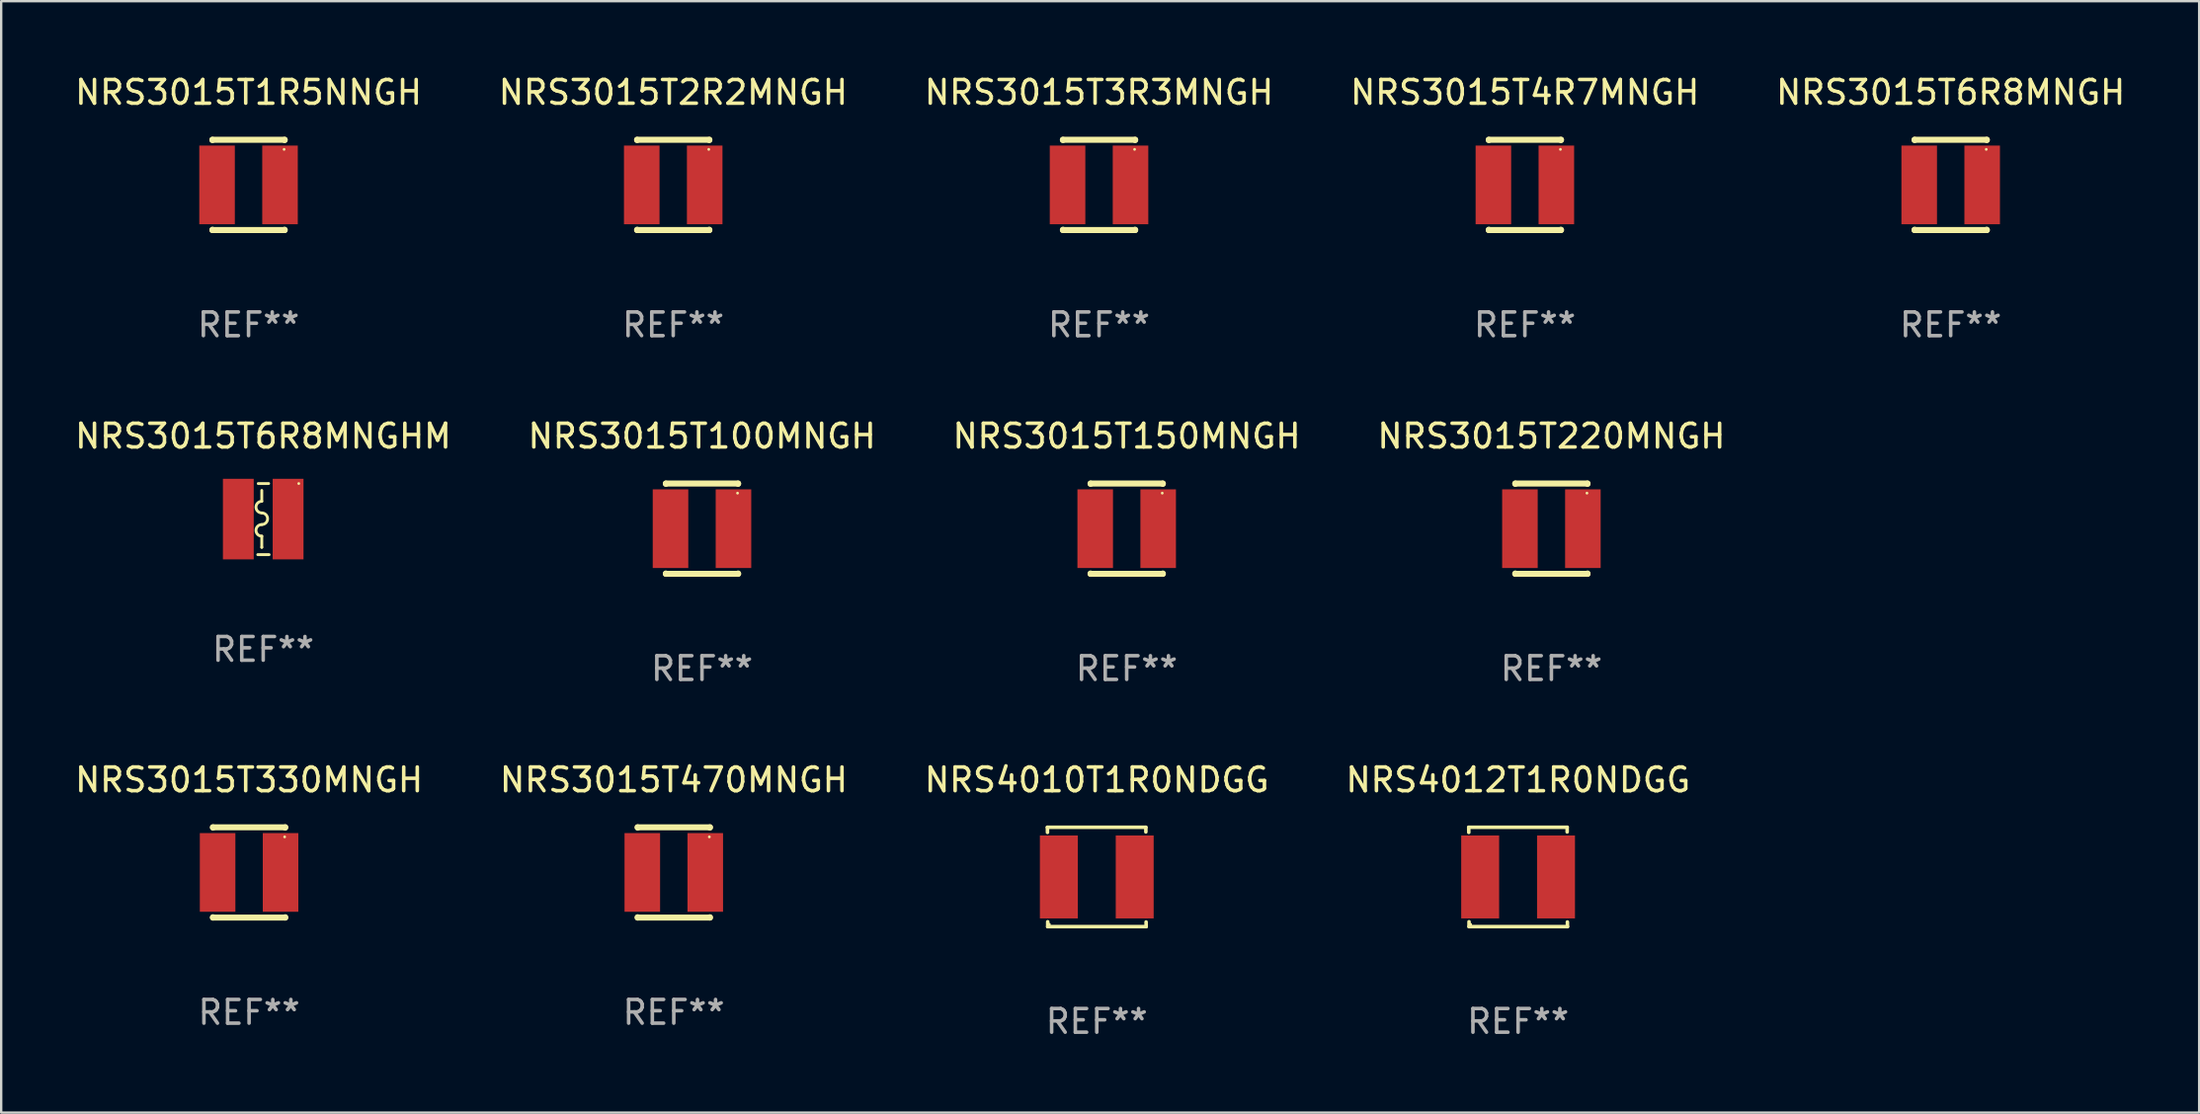
<source format=kicad_pcb>
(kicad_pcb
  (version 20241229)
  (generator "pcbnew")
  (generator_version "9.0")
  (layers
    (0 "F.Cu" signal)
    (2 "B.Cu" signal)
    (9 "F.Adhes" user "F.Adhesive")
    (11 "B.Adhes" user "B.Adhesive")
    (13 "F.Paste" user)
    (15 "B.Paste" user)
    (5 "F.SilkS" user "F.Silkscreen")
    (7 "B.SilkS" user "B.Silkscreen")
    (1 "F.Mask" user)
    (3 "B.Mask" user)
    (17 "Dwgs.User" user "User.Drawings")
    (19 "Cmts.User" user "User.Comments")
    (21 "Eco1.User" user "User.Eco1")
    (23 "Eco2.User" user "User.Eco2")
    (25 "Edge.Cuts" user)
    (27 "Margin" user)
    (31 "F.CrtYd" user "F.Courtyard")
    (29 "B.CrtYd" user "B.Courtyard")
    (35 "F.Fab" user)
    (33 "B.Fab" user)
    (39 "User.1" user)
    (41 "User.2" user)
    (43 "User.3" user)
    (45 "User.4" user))
  (footprint "NRS3015T1R5NNGH"
    (layer "F.Cu")
    (at 7.435 4.753)
    (property "Reference" "NRS3015T1R5NNGH" (at 0 -3.905 0) (layer "F.SilkS") (effects (font (size 1 1) (thickness 0.15))))
    (attr through_hole)
    (fp_line (start -1.524 -1.905) (end 1.524 -1.905) (stroke (width 0.254) (type solid)) (layer "F.SilkS"))
    (fp_line (start -1.524 -1.891) (end -1.524 -1.905) (stroke (width 0.254) (type solid)) (layer "F.SilkS"))
    (fp_line (start -1.524 1.905) (end -1.524 1.891) (stroke (width 0.254) (type solid)) (layer "F.SilkS"))
    (fp_line (start -1.524 1.905) (end 1.524 1.905) (stroke (width 0.254) (type solid)) (layer "F.SilkS"))
    (fp_line (start 1.524 -1.905) (end 1.524 -1.891) (stroke (width 0.254) (type solid)) (layer "F.SilkS"))
    (fp_line (start 1.524 1.891) (end 1.524 1.905) (stroke (width 0.254) (type solid)) (layer "F.SilkS"))
    (fp_circle (center 1.5 -1.5) (end 1.53 -1.5) (stroke (width 0.06) (type solid)) (fill no) (layer "F.SilkS"))
    (fp_text user "REF**" (at 0 5.905 0) (layer "F.Fab") (effects (font (size 1 1) (thickness 0.15))))
    (pad "1" smd rect (at 1.328 0) (size 1.5 3.32) (layers "F.Cu" "F.Mask" "F.Paste"))
    (pad "2" smd rect (at -1.328 0) (size 1.5 3.32) (layers "F.Cu" "F.Mask" "F.Paste")))
  (footprint "NRS3015T3R3MNGH"
    (layer "F.Cu")
    (at 43.315 4.753)
    (property "Reference" "NRS3015T3R3MNGH" (at 0 -3.905 0) (layer "F.SilkS") (effects (font (size 1 1) (thickness 0.15))))
    (attr through_hole)
    (fp_line (start -1.524 -1.905) (end 1.524 -1.905) (stroke (width 0.254) (type solid)) (layer "F.SilkS"))
    (fp_line (start -1.524 -1.891) (end -1.524 -1.905) (stroke (width 0.254) (type solid)) (layer "F.SilkS"))
    (fp_line (start -1.524 1.905) (end -1.524 1.891) (stroke (width 0.254) (type solid)) (layer "F.SilkS"))
    (fp_line (start -1.524 1.905) (end 1.524 1.905) (stroke (width 0.254) (type solid)) (layer "F.SilkS"))
    (fp_line (start 1.524 -1.905) (end 1.524 -1.891) (stroke (width 0.254) (type solid)) (layer "F.SilkS"))
    (fp_line (start 1.524 1.891) (end 1.524 1.905) (stroke (width 0.254) (type solid)) (layer "F.SilkS"))
    (fp_circle (center 1.5 -1.5) (end 1.53 -1.5) (stroke (width 0.06) (type solid)) (fill no) (layer "F.SilkS"))
    (fp_text user "REF**" (at 0 5.905 0) (layer "F.Fab") (effects (font (size 1 1) (thickness 0.15))))
    (pad "1" smd rect (at 1.328 0) (size 1.5 3.32) (layers "F.Cu" "F.Mask" "F.Paste"))
    (pad "2" smd rect (at -1.328 0) (size 1.5 3.32) (layers "F.Cu" "F.Mask" "F.Paste")))
  (footprint "NRS4010T1R0NDGG"
    (layer "F.Cu")
    (at 43.22 33.957)
    (property "Reference" "NRS4010T1R0NDGG" (at 0 -4.096 0) (layer "F.SilkS") (effects (font (size 1 1) (thickness 0.15))))
    (attr through_hole)
    (fp_line (start -2.083 -2.096) (end -2.08 -1.88) (stroke (width 0.15) (type solid)) (layer "F.SilkS"))
    (fp_line (start -2.07 1.89) (end -2.07 2.096) (stroke (width 0.15) (type solid)) (layer "F.SilkS"))
    (fp_line (start -2.07 2.096) (end 2.083 2.096) (stroke (width 0.15) (type solid)) (layer "F.SilkS"))
    (fp_line (start 2.07 -1.9) (end 2.07 -2.096) (stroke (width 0.15) (type solid)) (layer "F.SilkS"))
    (fp_line (start 2.07 -2.096) (end -2.083 -2.096) (stroke (width 0.15) (type solid)) (layer "F.SilkS"))
    (fp_line (start 2.083 2.096) (end 2.08 1.9) (stroke (width 0.15) (type solid)) (layer "F.SilkS"))
    (fp_circle (center -2 2) (end -1.97 2) (stroke (width 0.06) (type solid)) (fill no) (layer "F.SilkS"))
    (fp_text user "REF**" (at 0 6.096 0) (layer "F.Fab") (effects (font (size 1 1) (thickness 0.15))))
    (pad "1" smd rect (at -1.6 -0.000343) (size 1.6 3.5) (layers "F.Cu" "F.Mask" "F.Paste"))
    (pad "2" smd rect (at 1.6 -0.000343) (size 1.6 3.5) (layers "F.Cu" "F.Mask" "F.Paste")))
  (footprint "NRS3015T330MNGH"
    (layer "F.Cu")
    (at 7.458 33.766)
    (property "Reference" "NRS3015T330MNGH" (at 0 -3.905 0) (layer "F.SilkS") (effects (font (size 1 1) (thickness 0.15))))
    (attr through_hole)
    (fp_line (start -1.524 -1.905) (end 1.524 -1.905) (stroke (width 0.254) (type solid)) (layer "F.SilkS"))
    (fp_line (start -1.524 -1.891) (end -1.524 -1.905) (stroke (width 0.254) (type solid)) (layer "F.SilkS"))
    (fp_line (start -1.524 1.905) (end -1.524 1.891) (stroke (width 0.254) (type solid)) (layer "F.SilkS"))
    (fp_line (start -1.524 1.905) (end 1.524 1.905) (stroke (width 0.254) (type solid)) (layer "F.SilkS"))
    (fp_line (start 1.524 -1.905) (end 1.524 -1.891) (stroke (width 0.254) (type solid)) (layer "F.SilkS"))
    (fp_line (start 1.524 1.891) (end 1.524 1.905) (stroke (width 0.254) (type solid)) (layer "F.SilkS"))
    (fp_circle (center 1.5 -1.5) (end 1.53 -1.5) (stroke (width 0.06) (type solid)) (fill no) (layer "F.SilkS"))
    (fp_text user "REF**" (at 0 5.905 0) (layer "F.Fab") (effects (font (size 1 1) (thickness 0.15))))
    (pad "1" smd rect (at 1.328 0) (size 1.5 3.32) (layers "F.Cu" "F.Mask" "F.Paste"))
    (pad "2" smd rect (at -1.328 0) (size 1.5 3.32) (layers "F.Cu" "F.Mask" "F.Paste")))
  (footprint "NRS3015T150MNGH"
    (layer "F.Cu")
    (at 44.482 19.26)
    (property "Reference" "NRS3015T150MNGH" (at 0 -3.905 0) (layer "F.SilkS") (effects (font (size 1 1) (thickness 0.15))))
    (attr through_hole)
    (fp_line (start -1.524 -1.905) (end 1.524 -1.905) (stroke (width 0.254) (type solid)) (layer "F.SilkS"))
    (fp_line (start -1.524 -1.891) (end -1.524 -1.905) (stroke (width 0.254) (type solid)) (layer "F.SilkS"))
    (fp_line (start -1.524 1.905) (end -1.524 1.891) (stroke (width 0.254) (type solid)) (layer "F.SilkS"))
    (fp_line (start -1.524 1.905) (end 1.524 1.905) (stroke (width 0.254) (type solid)) (layer "F.SilkS"))
    (fp_line (start 1.524 -1.905) (end 1.524 -1.891) (stroke (width 0.254) (type solid)) (layer "F.SilkS"))
    (fp_line (start 1.524 1.891) (end 1.524 1.905) (stroke (width 0.254) (type solid)) (layer "F.SilkS"))
    (fp_circle (center 1.5 -1.5) (end 1.53 -1.5) (stroke (width 0.06) (type solid)) (fill no) (layer "F.SilkS"))
    (fp_text user "REF**" (at 0 5.905 0) (layer "F.Fab") (effects (font (size 1 1) (thickness 0.15))))
    (pad "1" smd rect (at 1.328 0) (size 1.5 3.32) (layers "F.Cu" "F.Mask" "F.Paste"))
    (pad "2" smd rect (at -1.328 0) (size 1.5 3.32) (layers "F.Cu" "F.Mask" "F.Paste")))
  (footprint "NRS4012T1R0NDGG"
    (layer "F.Cu")
    (at 60.994 33.957)
    (property "Reference" "NRS4012T1R0NDGG" (at 0 -4.096 0) (layer "F.SilkS") (effects (font (size 1 1) (thickness 0.15))))
    (attr through_hole)
    (fp_line (start -2.083 -2.096) (end -2.08 -1.88) (stroke (width 0.15) (type solid)) (layer "F.SilkS"))
    (fp_line (start -2.07 1.89) (end -2.07 2.096) (stroke (width 0.15) (type solid)) (layer "F.SilkS"))
    (fp_line (start -2.07 2.096) (end 2.083 2.096) (stroke (width 0.15) (type solid)) (layer "F.SilkS"))
    (fp_line (start 2.07 -1.9) (end 2.07 -2.096) (stroke (width 0.15) (type solid)) (layer "F.SilkS"))
    (fp_line (start 2.07 -2.096) (end -2.083 -2.096) (stroke (width 0.15) (type solid)) (layer "F.SilkS"))
    (fp_line (start 2.083 2.096) (end 2.08 1.9) (stroke (width 0.15) (type solid)) (layer "F.SilkS"))
    (fp_circle (center -2 2) (end -1.97 2) (stroke (width 0.06) (type solid)) (fill no) (layer "F.SilkS"))
    (fp_text user "REF**" (at 0 6.096 0) (layer "F.Fab") (effects (font (size 1 1) (thickness 0.15))))
    (pad "1" smd rect (at -1.6 -0.000343) (size 1.6 3.5) (layers "F.Cu" "F.Mask" "F.Paste"))
    (pad "2" smd rect (at 1.6 -0.000343) (size 1.6 3.5) (layers "F.Cu" "F.Mask" "F.Paste")))
  (footprint "NRS3015T6R8MNGH"
    (layer "F.Cu")
    (at 79.244 4.753)
    (property "Reference" "NRS3015T6R8MNGH" (at 0 -3.905 0) (layer "F.SilkS") (effects (font (size 1 1) (thickness 0.15))))
    (attr through_hole)
    (fp_line (start -1.524 -1.905) (end 1.524 -1.905) (stroke (width 0.254) (type solid)) (layer "F.SilkS"))
    (fp_line (start -1.524 -1.891) (end -1.524 -1.905) (stroke (width 0.254) (type solid)) (layer "F.SilkS"))
    (fp_line (start -1.524 1.905) (end -1.524 1.891) (stroke (width 0.254) (type solid)) (layer "F.SilkS"))
    (fp_line (start -1.524 1.905) (end 1.524 1.905) (stroke (width 0.254) (type solid)) (layer "F.SilkS"))
    (fp_line (start 1.524 -1.905) (end 1.524 -1.891) (stroke (width 0.254) (type solid)) (layer "F.SilkS"))
    (fp_line (start 1.524 1.891) (end 1.524 1.905) (stroke (width 0.254) (type solid)) (layer "F.SilkS"))
    (fp_circle (center 1.5 -1.5) (end 1.53 -1.5) (stroke (width 0.06) (type solid)) (fill no) (layer "F.SilkS"))
    (fp_text user "REF**" (at 0 5.905 0) (layer "F.Fab") (effects (font (size 1 1) (thickness 0.15))))
    (pad "1" smd rect (at 1.328 0) (size 1.5 3.32) (layers "F.Cu" "F.Mask" "F.Paste"))
    (pad "2" smd rect (at -1.328 0) (size 1.5 3.32) (layers "F.Cu" "F.Mask" "F.Paste")))
  (footprint "NRS3015T2R2MNGH"
    (layer "F.Cu")
    (at 25.351 4.753)
    (property "Reference" "NRS3015T2R2MNGH" (at 0 -3.905 0) (layer "F.SilkS") (effects (font (size 1 1) (thickness 0.15))))
    (attr through_hole)
    (fp_line (start -1.524 -1.905) (end 1.524 -1.905) (stroke (width 0.254) (type solid)) (layer "F.SilkS"))
    (fp_line (start -1.524 -1.891) (end -1.524 -1.905) (stroke (width 0.254) (type solid)) (layer "F.SilkS"))
    (fp_line (start -1.524 1.905) (end -1.524 1.891) (stroke (width 0.254) (type solid)) (layer "F.SilkS"))
    (fp_line (start -1.524 1.905) (end 1.524 1.905) (stroke (width 0.254) (type solid)) (layer "F.SilkS"))
    (fp_line (start 1.524 -1.905) (end 1.524 -1.891) (stroke (width 0.254) (type solid)) (layer "F.SilkS"))
    (fp_line (start 1.524 1.891) (end 1.524 1.905) (stroke (width 0.254) (type solid)) (layer "F.SilkS"))
    (fp_circle (center 1.5 -1.5) (end 1.53 -1.5) (stroke (width 0.06) (type solid)) (fill no) (layer "F.SilkS"))
    (fp_text user "REF**" (at 0 5.905 0) (layer "F.Fab") (effects (font (size 1 1) (thickness 0.15))))
    (pad "1" smd rect (at 1.328 0) (size 1.5 3.32) (layers "F.Cu" "F.Mask" "F.Paste"))
    (pad "2" smd rect (at -1.328 0) (size 1.5 3.32) (layers "F.Cu" "F.Mask" "F.Paste")))
  (footprint "NRS3015T100MNGH"
    (layer "F.Cu")
    (at 26.565 19.26)
    (property "Reference" "NRS3015T100MNGH" (at 0 -3.905 0) (layer "F.SilkS") (effects (font (size 1 1) (thickness 0.15))))
    (attr through_hole)
    (fp_line (start -1.524 -1.905) (end 1.524 -1.905) (stroke (width 0.254) (type solid)) (layer "F.SilkS"))
    (fp_line (start -1.524 -1.891) (end -1.524 -1.905) (stroke (width 0.254) (type solid)) (layer "F.SilkS"))
    (fp_line (start -1.524 1.905) (end -1.524 1.891) (stroke (width 0.254) (type solid)) (layer "F.SilkS"))
    (fp_line (start -1.524 1.905) (end 1.524 1.905) (stroke (width 0.254) (type solid)) (layer "F.SilkS"))
    (fp_line (start 1.524 -1.905) (end 1.524 -1.891) (stroke (width 0.254) (type solid)) (layer "F.SilkS"))
    (fp_line (start 1.524 1.891) (end 1.524 1.905) (stroke (width 0.254) (type solid)) (layer "F.SilkS"))
    (fp_circle (center 1.5 -1.5) (end 1.53 -1.5) (stroke (width 0.06) (type solid)) (fill no) (layer "F.SilkS"))
    (fp_text user "REF**" (at 0 5.905 0) (layer "F.Fab") (effects (font (size 1 1) (thickness 0.15))))
    (pad "1" smd rect (at 1.328 0) (size 1.5 3.32) (layers "F.Cu" "F.Mask" "F.Paste"))
    (pad "2" smd rect (at -1.328 0) (size 1.5 3.32) (layers "F.Cu" "F.Mask" "F.Paste")))
  (footprint "NRS3015T4R7MNGH"
    (layer "F.Cu")
    (at 61.28 4.753)
    (property "Reference" "NRS3015T4R7MNGH" (at 0 -3.905 0) (layer "F.SilkS") (effects (font (size 1 1) (thickness 0.15))))
    (attr through_hole)
    (fp_line (start -1.524 -1.905) (end 1.524 -1.905) (stroke (width 0.254) (type solid)) (layer "F.SilkS"))
    (fp_line (start -1.524 -1.891) (end -1.524 -1.905) (stroke (width 0.254) (type solid)) (layer "F.SilkS"))
    (fp_line (start -1.524 1.905) (end -1.524 1.891) (stroke (width 0.254) (type solid)) (layer "F.SilkS"))
    (fp_line (start -1.524 1.905) (end 1.524 1.905) (stroke (width 0.254) (type solid)) (layer "F.SilkS"))
    (fp_line (start 1.524 -1.905) (end 1.524 -1.891) (stroke (width 0.254) (type solid)) (layer "F.SilkS"))
    (fp_line (start 1.524 1.891) (end 1.524 1.905) (stroke (width 0.254) (type solid)) (layer "F.SilkS"))
    (fp_circle (center 1.5 -1.5) (end 1.53 -1.5) (stroke (width 0.06) (type solid)) (fill no) (layer "F.SilkS"))
    (fp_text user "REF**" (at 0 5.905 0) (layer "F.Fab") (effects (font (size 1 1) (thickness 0.15))))
    (pad "1" smd rect (at 1.328 0) (size 1.5 3.32) (layers "F.Cu" "F.Mask" "F.Paste"))
    (pad "2" smd rect (at -1.328 0) (size 1.5 3.32) (layers "F.Cu" "F.Mask" "F.Paste")))
  (footprint "NRS3015T470MNGH"
    (layer "F.Cu")
    (at 25.375 33.766)
    (property "Reference" "NRS3015T470MNGH" (at 0 -3.905 0) (layer "F.SilkS") (effects (font (size 1 1) (thickness 0.15))))
    (attr through_hole)
    (fp_line (start -1.524 -1.905) (end 1.524 -1.905) (stroke (width 0.254) (type solid)) (layer "F.SilkS"))
    (fp_line (start -1.524 -1.891) (end -1.524 -1.905) (stroke (width 0.254) (type solid)) (layer "F.SilkS"))
    (fp_line (start -1.524 1.905) (end -1.524 1.891) (stroke (width 0.254) (type solid)) (layer "F.SilkS"))
    (fp_line (start -1.524 1.905) (end 1.524 1.905) (stroke (width 0.254) (type solid)) (layer "F.SilkS"))
    (fp_line (start 1.524 -1.905) (end 1.524 -1.891) (stroke (width 0.254) (type solid)) (layer "F.SilkS"))
    (fp_line (start 1.524 1.891) (end 1.524 1.905) (stroke (width 0.254) (type solid)) (layer "F.SilkS"))
    (fp_circle (center 1.5 -1.5) (end 1.53 -1.5) (stroke (width 0.06) (type solid)) (fill no) (layer "F.SilkS"))
    (fp_text user "REF**" (at 0 5.905 0) (layer "F.Fab") (effects (font (size 1 1) (thickness 0.15))))
    (pad "1" smd rect (at 1.328 0) (size 1.5 3.32) (layers "F.Cu" "F.Mask" "F.Paste"))
    (pad "2" smd rect (at -1.328 0) (size 1.5 3.32) (layers "F.Cu" "F.Mask" "F.Paste")))
  (footprint "NRS3015T220MNGH"
    (layer "F.Cu")
    (at 62.399 19.26)
    (property "Reference" "NRS3015T220MNGH" (at 0 -3.905 0) (layer "F.SilkS") (effects (font (size 1 1) (thickness 0.15))))
    (attr through_hole)
    (fp_line (start -1.524 -1.905) (end 1.524 -1.905) (stroke (width 0.254) (type solid)) (layer "F.SilkS"))
    (fp_line (start -1.524 -1.891) (end -1.524 -1.905) (stroke (width 0.254) (type solid)) (layer "F.SilkS"))
    (fp_line (start -1.524 1.905) (end -1.524 1.891) (stroke (width 0.254) (type solid)) (layer "F.SilkS"))
    (fp_line (start -1.524 1.905) (end 1.524 1.905) (stroke (width 0.254) (type solid)) (layer "F.SilkS"))
    (fp_line (start 1.524 -1.905) (end 1.524 -1.891) (stroke (width 0.254) (type solid)) (layer "F.SilkS"))
    (fp_line (start 1.524 1.891) (end 1.524 1.905) (stroke (width 0.254) (type solid)) (layer "F.SilkS"))
    (fp_circle (center 1.5 -1.5) (end 1.53 -1.5) (stroke (width 0.06) (type solid)) (fill no) (layer "F.SilkS"))
    (fp_text user "REF**" (at 0 5.905 0) (layer "F.Fab") (effects (font (size 1 1) (thickness 0.15))))
    (pad "1" smd rect (at 1.328 0) (size 1.5 3.32) (layers "F.Cu" "F.Mask" "F.Paste"))
    (pad "2" smd rect (at -1.328 0) (size 1.5 3.32) (layers "F.Cu" "F.Mask" "F.Paste")))
  (footprint "NRS3015T6R8MNGHM"
    (layer "F.Cu")
    (at 8.054 18.855)
    (property "Reference" "NRS3015T6R8MNGHM" (at 0 -3.5 0) (layer "F.SilkS") (effects (font (size 1 1) (thickness 0.15))))
    (attr through_hole)
    (fp_line (start -0.23 1.5) (end 0.25 1.5) (stroke (width 0.12) (type solid)) (layer "F.SilkS"))
    (fp_line (start -0.21 -1.5) (end 0.23 -1.5) (stroke (width 0.12) (type solid)) (layer "F.SilkS"))
    (fp_line (start -0.06 -0.75) (end -0.06 -1.21) (stroke (width 0.12) (type solid)) (layer "F.SilkS"))
    (fp_line (start -0.06 0.72) (end -0.06 1.19) (stroke (width 0.12) (type solid)) (layer "F.SilkS"))
    (fp_arc (start -0.060071 -0.259893) (mid -0.305081 -0.504928) (end -0.060072 -0.749963) (stroke (width 0.11999) (type solid)) (layer "F.SilkS"))
    (fp_arc (start -0.060045 -0.259893) (mid 0.185014 -0.014821) (end -0.060046 0.230251) (stroke (width 0.11999) (type solid)) (layer "F.SilkS"))
    (fp_arc (start -0.060021 1.190018) (mid -0.059991 1.189946) (end -0.059919 1.189916) (stroke (width 0.11999) (type solid)) (layer "F.SilkS"))
    (fp_arc (start -0.059919 0.720371) (mid -0.304927 0.475337) (end -0.059918 0.230303) (stroke (width 0.11999) (type solid)) (layer "F.SilkS"))
    (fp_circle (center 1.5 -1.5) (end 1.53 -1.5) (stroke (width 0.06) (type solid)) (fill no) (layer "F.SilkS"))
    (fp_text user "REF**" (at 0 5.5 0) (layer "F.Fab") (effects (font (size 1 1) (thickness 0.15))))
    (pad "1" smd rect (at 1.05 0) (size 1.3 3.4) (layers "F.Cu" "F.Mask" "F.Paste"))
    (pad "2" smd rect (at -1.05 0) (size 1.3 3.4) (layers "F.Cu" "F.Mask" "F.Paste")))
  (gr_rect
    (start -3 -3)
    (end 89.726 43.901)
    (stroke (width 0.1) (type default))
    (fill no)
    (layer "Edge.Cuts")))
</source>
